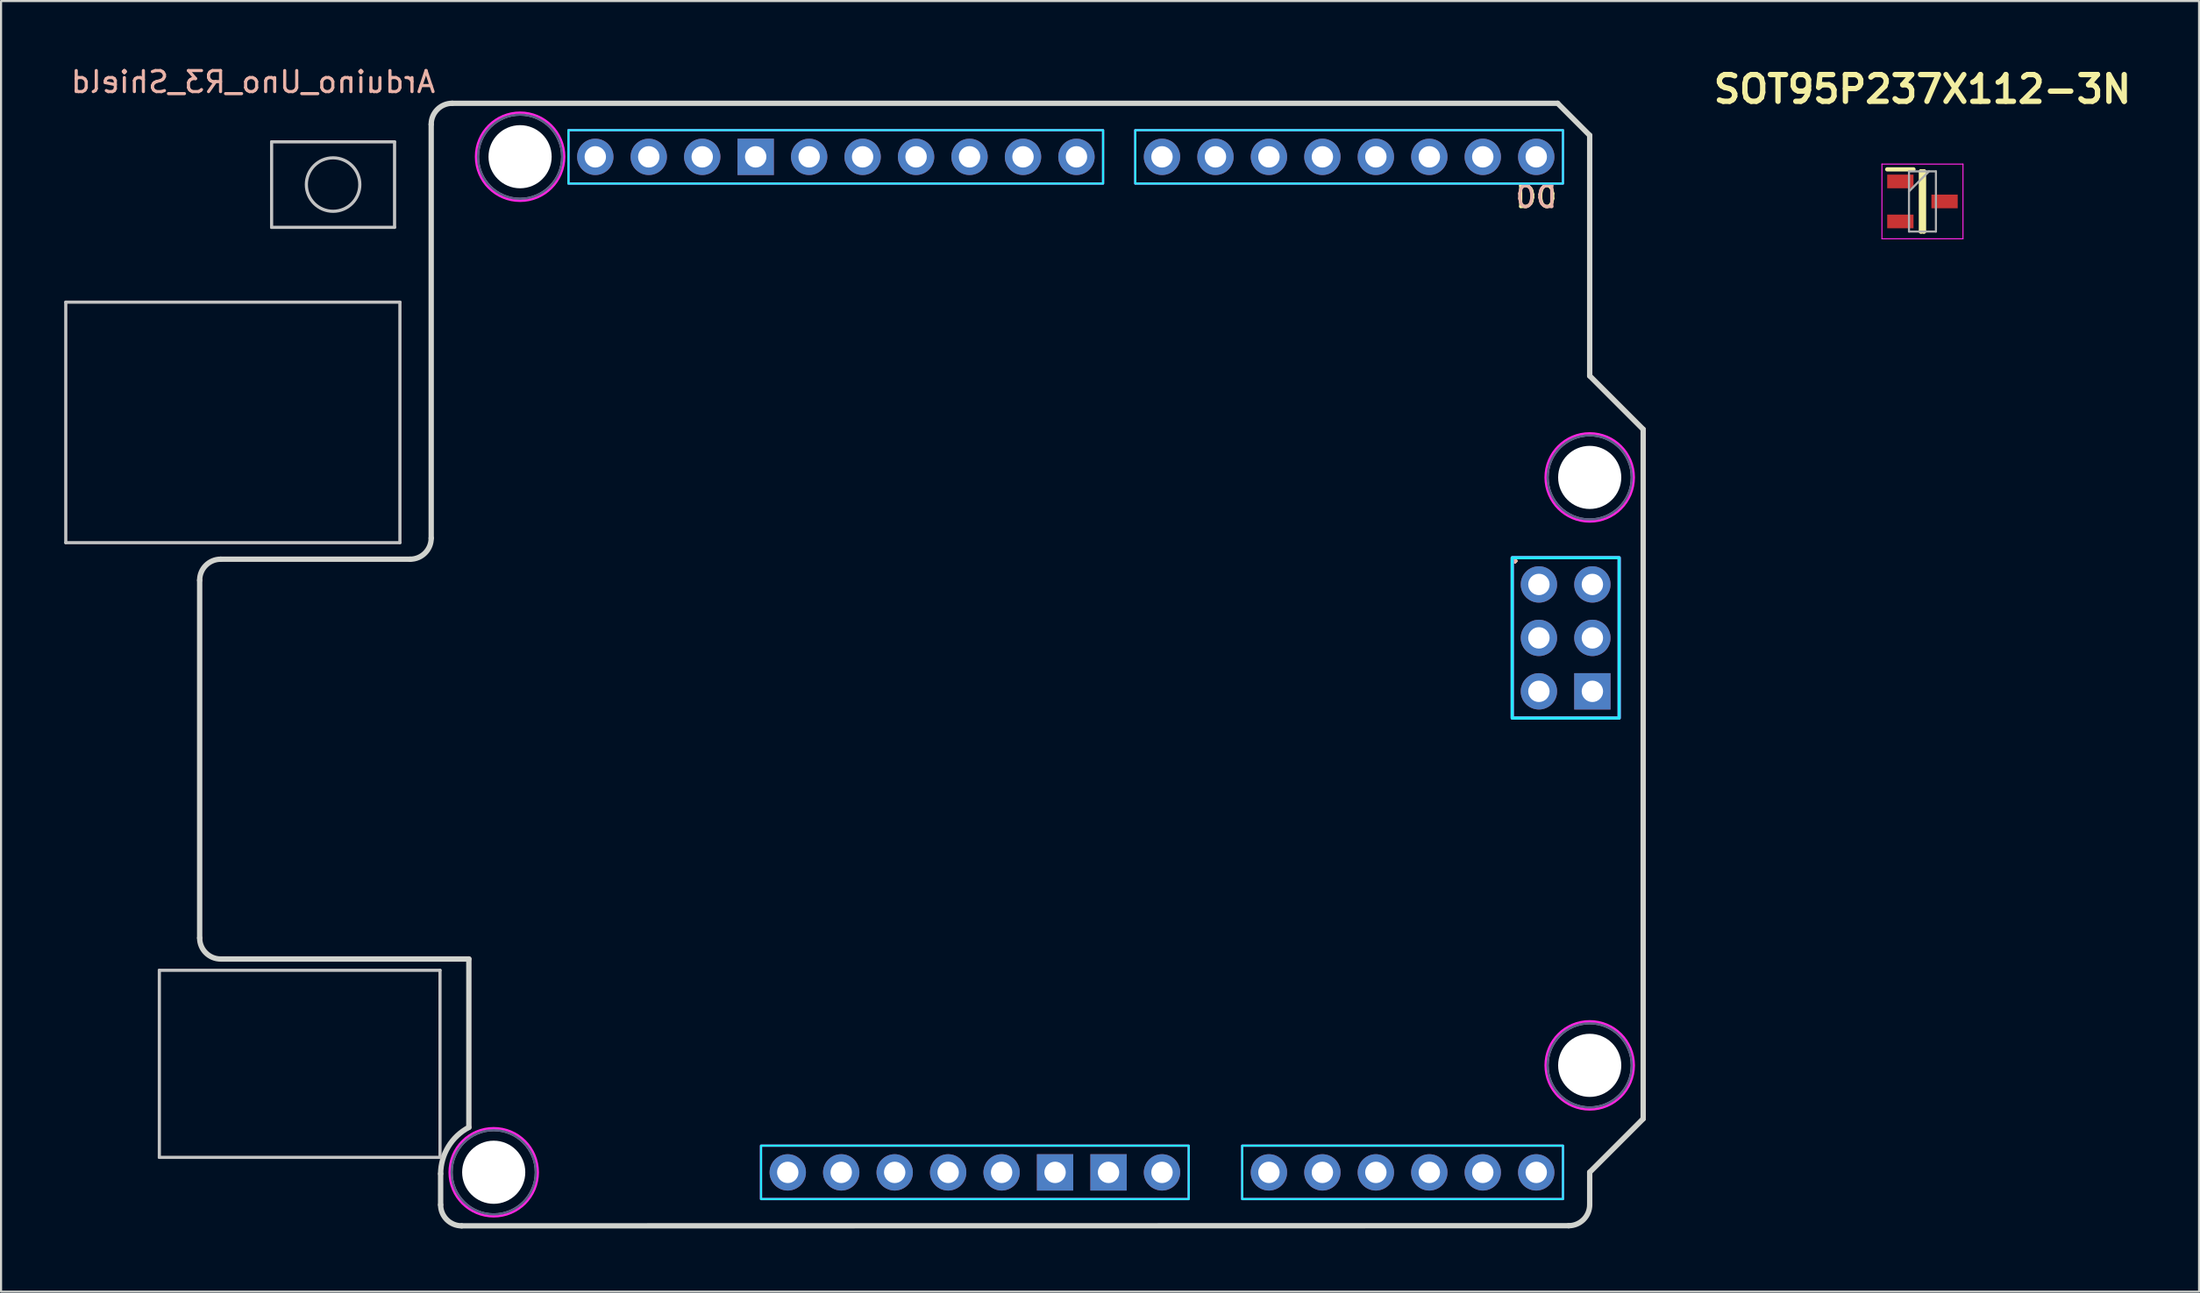
<source format=kicad_pcb>
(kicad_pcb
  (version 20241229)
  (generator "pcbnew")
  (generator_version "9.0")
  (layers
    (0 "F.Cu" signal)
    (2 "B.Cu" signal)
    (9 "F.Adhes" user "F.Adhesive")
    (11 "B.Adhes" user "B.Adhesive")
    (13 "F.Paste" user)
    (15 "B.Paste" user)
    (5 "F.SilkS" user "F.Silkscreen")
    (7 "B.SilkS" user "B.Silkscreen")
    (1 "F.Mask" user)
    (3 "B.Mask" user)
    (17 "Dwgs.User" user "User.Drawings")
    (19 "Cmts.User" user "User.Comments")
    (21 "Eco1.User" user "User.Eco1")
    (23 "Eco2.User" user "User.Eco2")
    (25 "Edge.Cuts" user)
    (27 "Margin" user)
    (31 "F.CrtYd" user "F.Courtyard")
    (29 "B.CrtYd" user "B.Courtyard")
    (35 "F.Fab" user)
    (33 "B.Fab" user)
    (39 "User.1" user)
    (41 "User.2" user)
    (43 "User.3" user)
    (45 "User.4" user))
  (footprint "Arduino_Uno_R3_Shield"
    (layer "F.Cu")
    (at 40.726 28.534)
    (property "Reference" "Arduino_Uno_R3_Shield" (at -31.75 -27.686 0) (layer "B.SilkS") (effects (font (size 1 1) (thickness 0.15)) (justify mirror)))
    (attr through_hole)
    (fp_line (start -40.651 -17.225) (end -24.776 -17.225) (stroke (width 0.15) (type solid)) (layer "Dwgs.User"))
    (fp_line (start -40.651 -5.795) (end -40.651 -17.225) (stroke (width 0.15) (type solid)) (layer "Dwgs.User"))
    (fp_line (start -36.206 14.525) (end -22.871 14.525) (stroke (width 0.15) (type solid)) (layer "Dwgs.User"))
    (fp_line (start -36.206 23.415) (end -36.206 14.525) (stroke (width 0.15) (type solid)) (layer "Dwgs.User"))
    (fp_line (start -30.872 -24.845) (end -25.03 -24.845) (stroke (width 0.15) (type solid)) (layer "Dwgs.User"))
    (fp_line (start -30.872 -20.781) (end -30.872 -24.845) (stroke (width 0.15) (type solid)) (layer "Dwgs.User"))
    (fp_line (start -25.03 -24.845) (end -25.03 -20.781) (stroke (width 0.15) (type solid)) (layer "Dwgs.User"))
    (fp_line (start -25.03 -20.781) (end -30.872 -20.781) (stroke (width 0.15) (type solid)) (layer "Dwgs.User"))
    (fp_line (start -24.776 -17.225) (end -24.776 -5.795) (stroke (width 0.15) (type solid)) (layer "Dwgs.User"))
    (fp_line (start -24.776 -5.795) (end -40.651 -5.795) (stroke (width 0.15) (type solid)) (layer "Dwgs.User"))
    (fp_line (start -22.871 14.525) (end -22.871 23.415) (stroke (width 0.15) (type solid)) (layer "Dwgs.User"))
    (fp_line (start -22.871 23.415) (end -36.206 23.415) (stroke (width 0.15) (type solid)) (layer "Dwgs.User"))
    (fp_circle (center -27.951 -22.813) (end -26.681 -22.813) (stroke (width 0.15) (type solid)) (fill no) (layer "Dwgs.User"))
    (fp_line (start -34.29 -4.01) (end -34.29 12.99) (stroke (width 0.254) (type solid)) (layer "Edge.Cuts"))
    (fp_line (start -24.29 -5.01) (end -33.29 -5.01) (stroke (width 0.254) (type solid)) (layer "Edge.Cuts"))
    (fp_line (start -23.29 -25.676) (end -23.29 -6.01) (stroke (width 0.254) (type solid)) (layer "Edge.Cuts"))
    (fp_line (start -22.842 24.195) (end -22.842 25.67) (stroke (width 0.254) (type solid)) (layer "Edge.Cuts"))
    (fp_line (start -22.29 -26.676) (end 30.226 -26.676) (stroke (width 0.254) (type solid)) (layer "Edge.Cuts"))
    (fp_line (start -21.501 13.99) (end -33.29 13.99) (stroke (width 0.254) (type solid)) (layer "Edge.Cuts"))
    (fp_line (start -21.501 13.99) (end -21.501 21.99) (stroke (width 0.254) (type solid)) (layer "Edge.Cuts"))
    (fp_line (start 30.226 -26.676) (end 31.75 -25.152) (stroke (width 0.254) (type solid)) (layer "Edge.Cuts"))
    (fp_line (start 30.75 26.664) (end -21.842 26.67) (stroke (width 0.254) (type solid)) (layer "Edge.Cuts"))
    (fp_line (start 31.75 -25.152) (end 31.75 -13.722) (stroke (width 0.254) (type solid)) (layer "Edge.Cuts"))
    (fp_line (start 31.75 -13.722) (end 34.29 -11.182) (stroke (width 0.254) (type solid)) (layer "Edge.Cuts"))
    (fp_line (start 31.75 24.124) (end 31.75 25.664) (stroke (width 0.254) (type solid)) (layer "Edge.Cuts"))
    (fp_line (start 34.29 -11.182) (end 34.29 21.584) (stroke (width 0.254) (type solid)) (layer "Edge.Cuts"))
    (fp_line (start 34.29 21.584) (end 31.75 24.124) (stroke (width 0.254) (type solid)) (layer "Edge.Cuts"))
    (fp_arc (start -34.29 -4.009823) (mid -33.997107 -4.71693) (end -33.29 -5.009823) (stroke (width 0.254) (type solid)) (layer "Edge.Cuts"))
    (fp_arc (start -33.29 13.990177) (mid -33.997106 13.697284) (end -34.29 12.990177) (stroke (width 0.254) (type solid)) (layer "Edge.Cuts"))
    (fp_arc (start -23.29 -25.676223) (mid -22.997106 -26.383328) (end -22.29 -26.676223) (stroke (width 0.254) (type solid)) (layer "Edge.Cuts"))
    (fp_arc (start -23.29 -6.009823) (mid -23.582892 -5.302714) (end -24.29 -5.009823) (stroke (width 0.254) (type solid)) (layer "Edge.Cuts"))
    (fp_arc (start -22.842214 24.194891) (mid -22.475813 22.907517) (end -21.501099 21.990178) (stroke (width 0.254) (type solid)) (layer "Edge.Cuts"))
    (fp_arc (start -21.842226 26.67) (mid -22.549316 26.377098) (end -22.842226 25.67) (stroke (width 0.254) (type solid)) (layer "Edge.Cuts"))
    (fp_arc (start 31.75 25.663777) (mid 31.457115 26.370899) (end 30.75 26.663777) (stroke (width 0.254) (type solid)) (layer "Edge.Cuts"))
    (fp_rect (start -16.77 -25.4) (end 8.63 -22.86) (stroke (width 0.1) (type solid)) (fill no) (layer "B.CrtYd"))
    (fp_rect (start -7.62 22.86) (end 12.7 25.4) (stroke (width 0.1) (type solid)) (fill no) (layer "B.CrtYd"))
    (fp_rect (start 10.16 -25.4) (end 30.48 -22.86) (stroke (width 0.1) (type solid)) (fill no) (layer "B.CrtYd"))
    (fp_rect (start 15.24 22.86) (end 30.48 25.4) (stroke (width 0.1) (type solid)) (fill no) (layer "B.CrtYd"))
    (fp_rect (start 28.07 -5.08) (end 33.15 2.54) (stroke (width 0.15) (type solid)) (fill no) (layer "B.CrtYd"))
    (fp_rect (start -16.77 -25.4) (end 8.63 -22.86) (stroke (width 0.1) (type solid)) (fill no) (layer "F.CrtYd"))
    (fp_rect (start -7.62 22.86) (end 12.7 25.4) (stroke (width 0.1) (type solid)) (fill no) (layer "F.CrtYd"))
    (fp_rect (start 10.16 -25.4) (end 30.48 -22.86) (stroke (width 0.1) (type solid)) (fill no) (layer "F.CrtYd"))
    (fp_rect (start 15.24 22.86) (end 30.48 25.4) (stroke (width 0.1) (type solid)) (fill no) (layer "F.CrtYd"))
    (fp_rect (start 28.07 -5.08) (end 33.15 2.54) (stroke (width 0.15) (type solid)) (fill no) (layer "F.CrtYd"))
    (fp_circle (center -20.32 24.124) (end -18.22 24.124) (stroke (width 0.1) (type solid)) (fill no) (layer "F.CrtYd"))
    (fp_circle (center -19.067 -24.136) (end -16.967 -24.136) (stroke (width 0.1) (type solid)) (fill no) (layer "F.CrtYd"))
    (fp_circle (center 31.75 -8.896) (end 33.85 -8.896) (stroke (width 0.1) (type solid)) (fill no) (layer "F.CrtYd"))
    (fp_circle (center 31.75 19.044) (end 33.85 19.044) (stroke (width 0.1) (type solid)) (fill no) (layer "F.CrtYd"))
    (fp_rect (start -16.764 -25.4) (end 8.636 -22.86) (stroke (width 0.1) (type solid)) (fill no) (layer "B.Fab"))
    (fp_rect (start -7.62 22.86) (end 12.7 25.4) (stroke (width 0.1) (type solid)) (fill no) (layer "B.Fab"))
    (fp_rect (start 10.16 -25.4) (end 30.48 -22.86) (stroke (width 0.1) (type solid)) (fill no) (layer "B.Fab"))
    (fp_rect (start 15.24 22.86) (end 30.48 25.4) (stroke (width 0.1) (type solid)) (fill no) (layer "B.Fab"))
    (fp_rect (start 28.067 -5.08) (end 33.147 2.54) (stroke (width 0.15) (type solid)) (fill no) (layer "B.Fab"))
    (fp_circle (center -20.32 24.124) (end -18.32 24.124) (stroke (width 0.1) (type solid)) (fill no) (layer "B.Fab"))
    (fp_circle (center -19.067 -24.136) (end -17.067 -24.136) (stroke (width 0.1) (type solid)) (fill no) (layer "B.Fab"))
    (fp_circle (center 31.75 -8.896) (end 33.75 -8.896) (stroke (width 0.1) (type solid)) (fill no) (layer "B.Fab"))
    (fp_circle (center 31.75 19.044) (end 33.75 19.044) (stroke (width 0.1) (type solid)) (fill no) (layer "B.Fab"))
    (fp_circle (center -20.32 24.124) (end -18.32 24.124) (stroke (width 0.1) (type solid)) (fill no) (layer "F.Fab"))
    (fp_circle (center -19.067 -24.136) (end -17.067 -24.136) (stroke (width 0.1) (type solid)) (fill no) (layer "F.Fab"))
    (fp_circle (center 31.75 -8.896) (end 33.75 -8.896) (stroke (width 0.1) (type solid)) (fill no) (layer "F.Fab"))
    (fp_circle (center 31.75 19.044) (end 33.75 19.044) (stroke (width 0.1) (type solid)) (fill no) (layer "F.Fab"))
    (fp_text user "D0" (at 29.21 -22.225 0) (unlocked yes) (layer "F.SilkS") (effects (font (size 1 1) (thickness 0.15))))
    (fp_text user "." (at 28.194 -5.334 0) (layer "F.SilkS") (effects (font (size 1 1) (thickness 0.15))))
    (fp_text user "D0" (at 29.21 -22.225 0) (unlocked yes) (layer "B.SilkS") (effects (font (size 1 1) (thickness 0.15)) (justify mirror)))
    (fp_text user "." (at 28.194 -5.334 0) (layer "B.SilkS") (effects (font (size 1 1) (thickness 0.15))))
    (pad "" np_thru_hole circle (at -20.32 24.124) (size 3 3) (drill 3.2) (layers "*.Cu" "*.Mask"))
    (pad "" np_thru_hole circle (at -19.067 -24.136) (size 3 3) (drill 3.2) (layers "*.Cu" "*.Mask"))
    (pad "" thru_hole oval (at -6.35 24.13) (size 1.727 1.727) (drill 1.016) (layers "*.Cu" "*.Mask"))
    (pad "" np_thru_hole circle (at 31.75 -8.896) (size 3 3) (drill 3.2) (layers "*.Cu" "*.Mask"))
    (pad "" np_thru_hole circle (at 31.75 19.044) (size 3 3) (drill 3.2) (layers "*.Cu" "*.Mask"))
    (pad "3V3" thru_hole oval (at 1.27 24.13) (size 1.727 1.727) (drill 1.016) (layers "*.Cu" "*.Mask"))
    (pad "5V" thru_hole oval (at 3.81 24.13) (size 1.727 1.727) (drill 1.016) (layers "*.Cu" "*.Mask"))
    (pad "5V0" thru_hole oval (at 31.877 -3.81) (size 1.727 1.727) (drill 1.016) (layers "*.Cu" "*.Mask"))
    (pad "A0" thru_hole oval (at 16.51 24.13) (size 1.727 1.727) (drill 1.016) (layers "*.Cu" "*.Mask"))
    (pad "A1" thru_hole oval (at 19.05 24.13) (size 1.727 1.727) (drill 1.016) (layers "*.Cu" "*.Mask"))
    (pad "A2" thru_hole oval (at 21.59 24.13) (size 1.727 1.727) (drill 1.016) (layers "*.Cu" "*.Mask"))
    (pad "A3" thru_hole oval (at 24.13 24.13) (size 1.727 1.727) (drill 1.016) (layers "*.Cu" "*.Mask"))
    (pad "A4" thru_hole oval (at 26.67 24.13) (size 1.727 1.727) (drill 1.016) (layers "*.Cu" "*.Mask"))
    (pad "A5" thru_hole oval (at 29.21 24.13) (size 1.727 1.727) (drill 1.016) (layers "*.Cu" "*.Mask"))
    (pad "AREF" thru_hole oval (at -10.414 -24.13) (size 1.727 1.727) (drill 1.016) (layers "*.Cu" "*.Mask"))
    (pad "D0" thru_hole oval (at 29.21 -24.13) (size 1.727 1.727) (drill 1.016) (layers "*.Cu" "*.Mask"))
    (pad "D1" thru_hole oval (at 26.67 -24.13) (size 1.727 1.727) (drill 1.016) (layers "*.Cu" "*.Mask"))
    (pad "D2" thru_hole oval (at 24.13 -24.13) (size 1.727 1.727) (drill 1.016) (layers "*.Cu" "*.Mask"))
    (pad "D3" thru_hole oval (at 21.59 -24.13) (size 1.727 1.727) (drill 1.016) (layers "*.Cu" "*.Mask"))
    (pad "D4" thru_hole oval (at 19.05 -24.13) (size 1.727 1.727) (drill 1.016) (layers "*.Cu" "*.Mask"))
    (pad "D5" thru_hole oval (at 16.51 -24.13) (size 1.727 1.727) (drill 1.016) (layers "*.Cu" "*.Mask"))
    (pad "D6" thru_hole oval (at 13.97 -24.13) (size 1.727 1.727) (drill 1.016) (layers "*.Cu" "*.Mask"))
    (pad "D7" thru_hole oval (at 11.43 -24.13) (size 1.727 1.727) (drill 1.016) (layers "*.Cu" "*.Mask"))
    (pad "D8" thru_hole oval (at 7.366 -24.13) (size 1.727 1.727) (drill 1.016) (layers "*.Cu" "*.Mask"))
    (pad "D9" thru_hole oval (at 4.826 -24.13) (size 1.727 1.727) (drill 1.016) (layers "*.Cu" "*.Mask"))
    (pad "D10" thru_hole oval (at 2.286 -24.13) (size 1.727 1.727) (drill 1.016) (layers "*.Cu" "*.Mask"))
    (pad "D11" thru_hole oval (at -0.254 -24.13) (size 1.727 1.727) (drill 1.016) (layers "*.Cu" "*.Mask"))
    (pad "D12" thru_hole oval (at -2.794 -24.13) (size 1.727 1.727) (drill 1.016) (layers "*.Cu" "*.Mask"))
    (pad "D13" thru_hole oval (at -5.334 -24.13) (size 1.727 1.727) (drill 1.016) (layers "*.Cu" "*.Mask"))
    (pad "GND" thru_hole rect (at -7.874 -24.13) (size 1.727 1.727) (drill 1.016) (layers "*.Cu" "*.Mask"))
    (pad "GND" thru_hole rect (at 6.35 24.13) (size 1.727 1.727) (drill 1.016) (layers "*.Cu" "*.Mask"))
    (pad "GND" thru_hole rect (at 8.89 24.13) (size 1.727 1.727) (drill 1.016) (layers "*.Cu" "*.Mask"))
    (pad "GND" thru_hole rect (at 31.877 1.27) (size 1.727 1.727) (drill 1.016) (layers "*.Cu" "*.Mask"))
    (pad "IOREF" thru_hole oval (at -3.81 24.13) (size 1.727 1.727) (drill 1.016) (layers "*.Cu" "*.Mask"))
    (pad "MISO" thru_hole oval (at 29.337 -3.81) (size 1.727 1.727) (drill 1.016) (layers "*.Cu" "*.Mask"))
    (pad "MOSI" thru_hole oval (at 31.877 -1.27) (size 1.727 1.727) (drill 1.016) (layers "*.Cu" "*.Mask"))
    (pad "RST1" thru_hole oval (at -1.27 24.13) (size 1.727 1.727) (drill 1.016) (layers "*.Cu" "*.Mask"))
    (pad "RST2" thru_hole oval (at 29.337 1.27) (size 1.727 1.727) (drill 1.016) (layers "*.Cu" "*.Mask"))
    (pad "SCK" thru_hole oval (at 29.337 -1.27) (size 1.727 1.727) (drill 1.016) (layers "*.Cu" "*.Mask"))
    (pad "SCL" thru_hole oval (at -15.494 -24.13) (size 1.727 1.727) (drill 1.016) (layers "*.Cu" "*.Mask"))
    (pad "SDA" thru_hole oval (at -12.954 -24.13) (size 1.727 1.727) (drill 1.016) (layers "*.Cu" "*.Mask"))
    (pad "VIN" thru_hole oval (at 11.43 24.13) (size 1.727 1.727) (drill 1.016) (layers "*.Cu" "*.Mask")))
  (footprint "SOT95P237X112-3N"
    (layer "F.Cu")
    (at 88.285 6.523)
    (property "Reference" "SOT95P237X112-3N" (at 0 -5.334 0) (layer "F.SilkS") (effects (font (size 1.27 1.27) (thickness 0.254))))
    (attr smd)
    (fp_line (start -1.675 -1.525) (end -0.425 -1.525) (stroke (width 0.2) (type solid)) (layer "F.SilkS"))
    (fp_line (start -0.075 -1.43) (end 0.075 -1.43) (stroke (width 0.2) (type solid)) (layer "F.SilkS"))
    (fp_line (start -0.075 1.43) (end -0.075 -1.43) (stroke (width 0.2) (type solid)) (layer "F.SilkS"))
    (fp_line (start 0.075 -1.43) (end 0.075 1.43) (stroke (width 0.2) (type solid)) (layer "F.SilkS"))
    (fp_line (start 0.075 1.43) (end -0.075 1.43) (stroke (width 0.2) (type solid)) (layer "F.SilkS"))
    (fp_line (start -1.925 -1.775) (end 1.925 -1.775) (stroke (width 0.05) (type solid)) (layer "F.CrtYd"))
    (fp_line (start -1.925 1.775) (end -1.925 -1.775) (stroke (width 0.05) (type solid)) (layer "F.CrtYd"))
    (fp_line (start 1.925 -1.775) (end 1.925 1.775) (stroke (width 0.05) (type solid)) (layer "F.CrtYd"))
    (fp_line (start 1.925 1.775) (end -1.925 1.775) (stroke (width 0.05) (type solid)) (layer "F.CrtYd"))
    (fp_line (start -0.64 -1.43) (end 0.64 -1.43) (stroke (width 0.1) (type solid)) (layer "F.Fab"))
    (fp_line (start -0.64 -0.48) (end 0.31 -1.43) (stroke (width 0.1) (type solid)) (layer "F.Fab"))
    (fp_line (start -0.64 1.43) (end -0.64 -1.43) (stroke (width 0.1) (type solid)) (layer "F.Fab"))
    (fp_line (start 0.64 -1.43) (end 0.64 1.43) (stroke (width 0.1) (type solid)) (layer "F.Fab"))
    (fp_line (start 0.64 1.43) (end -0.64 1.43) (stroke (width 0.1) (type solid)) (layer "F.Fab"))
    (pad "1" smd rect (at -1.05 -0.95 90) (size 0.65 1.25) (layers "F.Cu" "F.Mask" "F.Paste"))
    (pad "2" smd rect (at -1.05 0.95 90) (size 0.65 1.25) (layers "F.Cu" "F.Mask" "F.Paste"))
    (pad "3" smd rect (at 1.05 0 90) (size 0.65 1.25) (layers "F.Cu" "F.Mask" "F.Paste")))
  (gr_rect
    (start -3 -3)
    (end 101.427 58.331)
    (stroke (width 0.1) (type default))
    (fill no)
    (layer "Edge.Cuts")))
</source>
